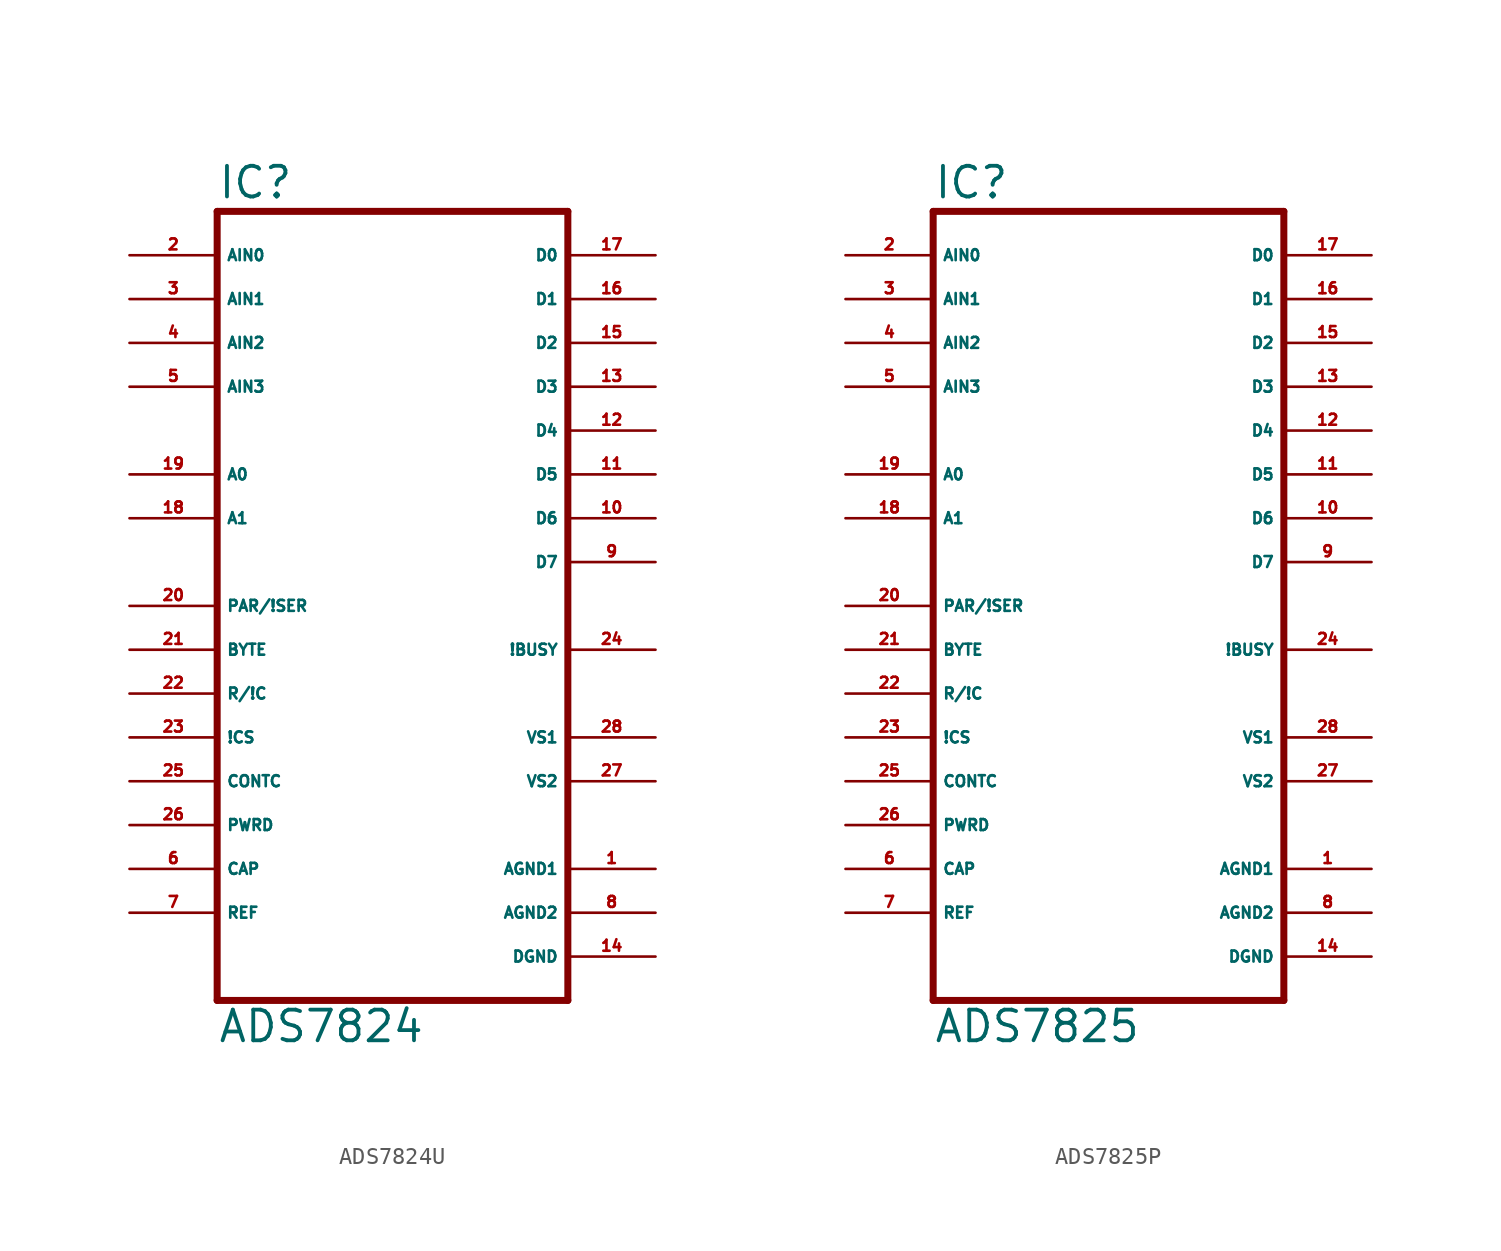
<source format=kicad_sym>
(kicad_symbol_lib
  (version 20220914)
  (generator Eagle2Kicad)
  (symbol "ADS7824U"
    (property "Reference" "IC"
      (at -10.16 23.495 0)
      (effects (font (size 1.778 1.778) (thickness 0.22)) (justify left bottom)))
    (property "Value" "ADS7824"
      (at -10.16 -25.4 0)
      (effects (font (size 1.778 1.778) (thickness 0.22)) (justify left bottom)))
    (polyline
      (pts (xy -10.16 -22.86) (xy 10.16 -22.86))
      (stroke (width 0.406) (type default))
      (fill (type none)))
    (polyline
      (pts (xy 10.16 -22.86) (xy 10.16 22.86))
      (stroke (width 0.406) (type default))
      (fill (type none)))
    (polyline
      (pts (xy 10.16 22.86) (xy -10.16 22.86))
      (stroke (width 0.406) (type default))
      (fill (type none)))
    (polyline
      (pts (xy -10.16 22.86) (xy -10.16 -22.86))
      (stroke (width 0.406) (type default))
      (fill (type none)))
    (pin input line
      (at -15.24 20.32 0)
      (length 5.08)
      (name "AIN0" (effects (font (size 0.635 0.635) (thickness 0.08)) (justify left bottom)))
      (number "2" (effects (font (size 0.635 0.635) (thickness 0.08)) (justify left bottom))))
    (pin input line
      (at -15.24 17.78 0)
      (length 5.08)
      (name "AIN1" (effects (font (size 0.635 0.635) (thickness 0.08)) (justify left bottom)))
      (number "3" (effects (font (size 0.635 0.635) (thickness 0.08)) (justify left bottom))))
    (pin input line
      (at -15.24 12.7 0)
      (length 5.08)
      (name "AIN3" (effects (font (size 0.635 0.635) (thickness 0.08)) (justify left bottom)))
      (number "5" (effects (font (size 0.635 0.635) (thickness 0.08)) (justify left bottom))))
    (pin input line
      (at -15.24 15.24 0)
      (length 5.08)
      (name "AIN2" (effects (font (size 0.635 0.635) (thickness 0.08)) (justify left bottom)))
      (number "4" (effects (font (size 0.635 0.635) (thickness 0.08)) (justify left bottom))))
    (pin input line
      (at -15.24 0 0)
      (length 5.08)
      (name "PAR/!SER" (effects (font (size 0.635 0.635) (thickness 0.08)) (justify left bottom)))
      (number "20" (effects (font (size 0.635 0.635) (thickness 0.08)) (justify left bottom))))
    (pin input line
      (at -15.24 -2.54 0)
      (length 5.08)
      (name "BYTE" (effects (font (size 0.635 0.635) (thickness 0.08)) (justify left bottom)))
      (number "21" (effects (font (size 0.635 0.635) (thickness 0.08)) (justify left bottom))))
    (pin input line
      (at -15.24 -5.08 0)
      (length 5.08)
      (name "R/!C" (effects (font (size 0.635 0.635) (thickness 0.08)) (justify left bottom)))
      (number "22" (effects (font (size 0.635 0.635) (thickness 0.08)) (justify left bottom))))
    (pin input line
      (at -15.24 -7.62 0)
      (length 5.08)
      (name "!CS" (effects (font (size 0.635 0.635) (thickness 0.08)) (justify left bottom)))
      (number "23" (effects (font (size 0.635 0.635) (thickness 0.08)) (justify left bottom))))
    (pin input line
      (at -15.24 -10.16 0)
      (length 5.08)
      (name "CONTC" (effects (font (size 0.635 0.635) (thickness 0.08)) (justify left bottom)))
      (number "25" (effects (font (size 0.635 0.635) (thickness 0.08)) (justify left bottom))))
    (pin input line
      (at -15.24 -12.7 0)
      (length 5.08)
      (name "PWRD" (effects (font (size 0.635 0.635) (thickness 0.08)) (justify left bottom)))
      (number "26" (effects (font (size 0.635 0.635) (thickness 0.08)) (justify left bottom))))
    (pin bidirectional line
      (at 15.24 20.32 180)
      (length 5.08)
      (name "D0" (effects (font (size 0.635 0.635) (thickness 0.08)) (justify left bottom)))
      (number "17" (effects (font (size 0.635 0.635) (thickness 0.08)) (justify left bottom))))
    (pin bidirectional line
      (at 15.24 15.24 180)
      (length 5.08)
      (name "D2" (effects (font (size 0.635 0.635) (thickness 0.08)) (justify left bottom)))
      (number "15" (effects (font (size 0.635 0.635) (thickness 0.08)) (justify left bottom))))
    (pin bidirectional line
      (at 15.24 10.16 180)
      (length 5.08)
      (name "D4" (effects (font (size 0.635 0.635) (thickness 0.08)) (justify left bottom)))
      (number "12" (effects (font (size 0.635 0.635) (thickness 0.08)) (justify left bottom))))
    (pin bidirectional line
      (at -15.24 7.62 0)
      (length 5.08)
      (name "A0" (effects (font (size 0.635 0.635) (thickness 0.08)) (justify left bottom)))
      (number "19" (effects (font (size 0.635 0.635) (thickness 0.08)) (justify left bottom))))
    (pin bidirectional line
      (at -15.24 5.08 0)
      (length 5.08)
      (name "A1" (effects (font (size 0.635 0.635) (thickness 0.08)) (justify left bottom)))
      (number "18" (effects (font (size 0.635 0.635) (thickness 0.08)) (justify left bottom))))
    (pin output line
      (at 15.24 17.78 180)
      (length 5.08)
      (name "D1" (effects (font (size 0.635 0.635) (thickness 0.08)) (justify left bottom)))
      (number "16" (effects (font (size 0.635 0.635) (thickness 0.08)) (justify left bottom))))
    (pin output line
      (at 15.24 12.7 180)
      (length 5.08)
      (name "D3" (effects (font (size 0.635 0.635) (thickness 0.08)) (justify left bottom)))
      (number "13" (effects (font (size 0.635 0.635) (thickness 0.08)) (justify left bottom))))
    (pin output line
      (at 15.24 7.62 180)
      (length 5.08)
      (name "D5" (effects (font (size 0.635 0.635) (thickness 0.08)) (justify left bottom)))
      (number "11" (effects (font (size 0.635 0.635) (thickness 0.08)) (justify left bottom))))
    (pin output line
      (at 15.24 5.08 180)
      (length 5.08)
      (name "D6" (effects (font (size 0.635 0.635) (thickness 0.08)) (justify left bottom)))
      (number "10" (effects (font (size 0.635 0.635) (thickness 0.08)) (justify left bottom))))
    (pin output line
      (at 15.24 2.54 180)
      (length 5.08)
      (name "D7" (effects (font (size 0.635 0.635) (thickness 0.08)) (justify left bottom)))
      (number "9" (effects (font (size 0.635 0.635) (thickness 0.08)) (justify left bottom))))
    (pin output line
      (at 15.24 -2.54 180)
      (length 5.08)
      (name "!BUSY" (effects (font (size 0.635 0.635) (thickness 0.08)) (justify left bottom)))
      (number "24" (effects (font (size 0.635 0.635) (thickness 0.08)) (justify left bottom))))
    (pin unspecified line
      (at 15.24 -15.24 180)
      (length 5.08)
      (name "AGND1" (effects (font (size 0.635 0.635) (thickness 0.08)) (justify left bottom)))
      (number "1" (effects (font (size 0.635 0.635) (thickness 0.08)) (justify left bottom))))
    (pin unspecified line
      (at 15.24 -17.78 180)
      (length 5.08)
      (name "AGND2" (effects (font (size 0.635 0.635) (thickness 0.08)) (justify left bottom)))
      (number "8" (effects (font (size 0.635 0.635) (thickness 0.08)) (justify left bottom))))
    (pin unspecified line
      (at 15.24 -20.32 180)
      (length 5.08)
      (name "DGND" (effects (font (size 0.635 0.635) (thickness 0.08)) (justify left bottom)))
      (number "14" (effects (font (size 0.635 0.635) (thickness 0.08)) (justify left bottom))))
    (pin unspecified line
      (at 15.24 -7.62 180)
      (length 5.08)
      (name "VS1" (effects (font (size 0.635 0.635) (thickness 0.08)) (justify left bottom)))
      (number "28" (effects (font (size 0.635 0.635) (thickness 0.08)) (justify left bottom))))
    (pin unspecified line
      (at 15.24 -10.16 180)
      (length 5.08)
      (name "VS2" (effects (font (size 0.635 0.635) (thickness 0.08)) (justify left bottom)))
      (number "27" (effects (font (size 0.635 0.635) (thickness 0.08)) (justify left bottom))))
    (pin input line
      (at -15.24 -15.24 0)
      (length 5.08)
      (name "CAP" (effects (font (size 0.635 0.635) (thickness 0.08)) (justify left bottom)))
      (number "6" (effects (font (size 0.635 0.635) (thickness 0.08)) (justify left bottom))))
    (pin bidirectional line
      (at -15.24 -17.78 0)
      (length 5.08)
      (name "REF" (effects (font (size 0.635 0.635) (thickness 0.08)) (justify left bottom)))
      (number "7" (effects (font (size 0.635 0.635) (thickness 0.08)) (justify left bottom)))))
  (symbol "ADS7825P"
    (property "Reference" "IC"
      (at -10.16 23.495 0)
      (effects (font (size 1.778 1.778) (thickness 0.22)) (justify left bottom)))
    (property "Value" "ADS7825"
      (at -10.16 -25.4 0)
      (effects (font (size 1.778 1.778) (thickness 0.22)) (justify left bottom)))
    (polyline
      (pts (xy -10.16 -22.86) (xy 10.16 -22.86))
      (stroke (width 0.406) (type default))
      (fill (type none)))
    (polyline
      (pts (xy 10.16 -22.86) (xy 10.16 22.86))
      (stroke (width 0.406) (type default))
      (fill (type none)))
    (polyline
      (pts (xy 10.16 22.86) (xy -10.16 22.86))
      (stroke (width 0.406) (type default))
      (fill (type none)))
    (polyline
      (pts (xy -10.16 22.86) (xy -10.16 -22.86))
      (stroke (width 0.406) (type default))
      (fill (type none)))
    (pin input line
      (at -15.24 20.32 0)
      (length 5.08)
      (name "AIN0" (effects (font (size 0.635 0.635) (thickness 0.08)) (justify left bottom)))
      (number "2" (effects (font (size 0.635 0.635) (thickness 0.08)) (justify left bottom))))
    (pin input line
      (at -15.24 17.78 0)
      (length 5.08)
      (name "AIN1" (effects (font (size 0.635 0.635) (thickness 0.08)) (justify left bottom)))
      (number "3" (effects (font (size 0.635 0.635) (thickness 0.08)) (justify left bottom))))
    (pin input line
      (at -15.24 12.7 0)
      (length 5.08)
      (name "AIN3" (effects (font (size 0.635 0.635) (thickness 0.08)) (justify left bottom)))
      (number "5" (effects (font (size 0.635 0.635) (thickness 0.08)) (justify left bottom))))
    (pin input line
      (at -15.24 15.24 0)
      (length 5.08)
      (name "AIN2" (effects (font (size 0.635 0.635) (thickness 0.08)) (justify left bottom)))
      (number "4" (effects (font (size 0.635 0.635) (thickness 0.08)) (justify left bottom))))
    (pin input line
      (at -15.24 0 0)
      (length 5.08)
      (name "PAR/!SER" (effects (font (size 0.635 0.635) (thickness 0.08)) (justify left bottom)))
      (number "20" (effects (font (size 0.635 0.635) (thickness 0.08)) (justify left bottom))))
    (pin input line
      (at -15.24 -2.54 0)
      (length 5.08)
      (name "BYTE" (effects (font (size 0.635 0.635) (thickness 0.08)) (justify left bottom)))
      (number "21" (effects (font (size 0.635 0.635) (thickness 0.08)) (justify left bottom))))
    (pin input line
      (at -15.24 -5.08 0)
      (length 5.08)
      (name "R/!C" (effects (font (size 0.635 0.635) (thickness 0.08)) (justify left bottom)))
      (number "22" (effects (font (size 0.635 0.635) (thickness 0.08)) (justify left bottom))))
    (pin input line
      (at -15.24 -7.62 0)
      (length 5.08)
      (name "!CS" (effects (font (size 0.635 0.635) (thickness 0.08)) (justify left bottom)))
      (number "23" (effects (font (size 0.635 0.635) (thickness 0.08)) (justify left bottom))))
    (pin input line
      (at -15.24 -10.16 0)
      (length 5.08)
      (name "CONTC" (effects (font (size 0.635 0.635) (thickness 0.08)) (justify left bottom)))
      (number "25" (effects (font (size 0.635 0.635) (thickness 0.08)) (justify left bottom))))
    (pin input line
      (at -15.24 -12.7 0)
      (length 5.08)
      (name "PWRD" (effects (font (size 0.635 0.635) (thickness 0.08)) (justify left bottom)))
      (number "26" (effects (font (size 0.635 0.635) (thickness 0.08)) (justify left bottom))))
    (pin bidirectional line
      (at 15.24 20.32 180)
      (length 5.08)
      (name "D0" (effects (font (size 0.635 0.635) (thickness 0.08)) (justify left bottom)))
      (number "17" (effects (font (size 0.635 0.635) (thickness 0.08)) (justify left bottom))))
    (pin bidirectional line
      (at 15.24 15.24 180)
      (length 5.08)
      (name "D2" (effects (font (size 0.635 0.635) (thickness 0.08)) (justify left bottom)))
      (number "15" (effects (font (size 0.635 0.635) (thickness 0.08)) (justify left bottom))))
    (pin bidirectional line
      (at 15.24 10.16 180)
      (length 5.08)
      (name "D4" (effects (font (size 0.635 0.635) (thickness 0.08)) (justify left bottom)))
      (number "12" (effects (font (size 0.635 0.635) (thickness 0.08)) (justify left bottom))))
    (pin bidirectional line
      (at -15.24 7.62 0)
      (length 5.08)
      (name "A0" (effects (font (size 0.635 0.635) (thickness 0.08)) (justify left bottom)))
      (number "19" (effects (font (size 0.635 0.635) (thickness 0.08)) (justify left bottom))))
    (pin bidirectional line
      (at -15.24 5.08 0)
      (length 5.08)
      (name "A1" (effects (font (size 0.635 0.635) (thickness 0.08)) (justify left bottom)))
      (number "18" (effects (font (size 0.635 0.635) (thickness 0.08)) (justify left bottom))))
    (pin output line
      (at 15.24 17.78 180)
      (length 5.08)
      (name "D1" (effects (font (size 0.635 0.635) (thickness 0.08)) (justify left bottom)))
      (number "16" (effects (font (size 0.635 0.635) (thickness 0.08)) (justify left bottom))))
    (pin output line
      (at 15.24 12.7 180)
      (length 5.08)
      (name "D3" (effects (font (size 0.635 0.635) (thickness 0.08)) (justify left bottom)))
      (number "13" (effects (font (size 0.635 0.635) (thickness 0.08)) (justify left bottom))))
    (pin output line
      (at 15.24 7.62 180)
      (length 5.08)
      (name "D5" (effects (font (size 0.635 0.635) (thickness 0.08)) (justify left bottom)))
      (number "11" (effects (font (size 0.635 0.635) (thickness 0.08)) (justify left bottom))))
    (pin output line
      (at 15.24 5.08 180)
      (length 5.08)
      (name "D6" (effects (font (size 0.635 0.635) (thickness 0.08)) (justify left bottom)))
      (number "10" (effects (font (size 0.635 0.635) (thickness 0.08)) (justify left bottom))))
    (pin output line
      (at 15.24 2.54 180)
      (length 5.08)
      (name "D7" (effects (font (size 0.635 0.635) (thickness 0.08)) (justify left bottom)))
      (number "9" (effects (font (size 0.635 0.635) (thickness 0.08)) (justify left bottom))))
    (pin output line
      (at 15.24 -2.54 180)
      (length 5.08)
      (name "!BUSY" (effects (font (size 0.635 0.635) (thickness 0.08)) (justify left bottom)))
      (number "24" (effects (font (size 0.635 0.635) (thickness 0.08)) (justify left bottom))))
    (pin unspecified line
      (at 15.24 -15.24 180)
      (length 5.08)
      (name "AGND1" (effects (font (size 0.635 0.635) (thickness 0.08)) (justify left bottom)))
      (number "1" (effects (font (size 0.635 0.635) (thickness 0.08)) (justify left bottom))))
    (pin unspecified line
      (at 15.24 -17.78 180)
      (length 5.08)
      (name "AGND2" (effects (font (size 0.635 0.635) (thickness 0.08)) (justify left bottom)))
      (number "8" (effects (font (size 0.635 0.635) (thickness 0.08)) (justify left bottom))))
    (pin unspecified line
      (at 15.24 -20.32 180)
      (length 5.08)
      (name "DGND" (effects (font (size 0.635 0.635) (thickness 0.08)) (justify left bottom)))
      (number "14" (effects (font (size 0.635 0.635) (thickness 0.08)) (justify left bottom))))
    (pin unspecified line
      (at 15.24 -7.62 180)
      (length 5.08)
      (name "VS1" (effects (font (size 0.635 0.635) (thickness 0.08)) (justify left bottom)))
      (number "28" (effects (font (size 0.635 0.635) (thickness 0.08)) (justify left bottom))))
    (pin unspecified line
      (at 15.24 -10.16 180)
      (length 5.08)
      (name "VS2" (effects (font (size 0.635 0.635) (thickness 0.08)) (justify left bottom)))
      (number "27" (effects (font (size 0.635 0.635) (thickness 0.08)) (justify left bottom))))
    (pin input line
      (at -15.24 -15.24 0)
      (length 5.08)
      (name "CAP" (effects (font (size 0.635 0.635) (thickness 0.08)) (justify left bottom)))
      (number "6" (effects (font (size 0.635 0.635) (thickness 0.08)) (justify left bottom))))
    (pin bidirectional line
      (at -15.24 -17.78 0)
      (length 5.08)
      (name "REF" (effects (font (size 0.635 0.635) (thickness 0.08)) (justify left bottom)))
      (number "7" (effects (font (size 0.635 0.635) (thickness 0.08)) (justify left bottom))))))
</source>
